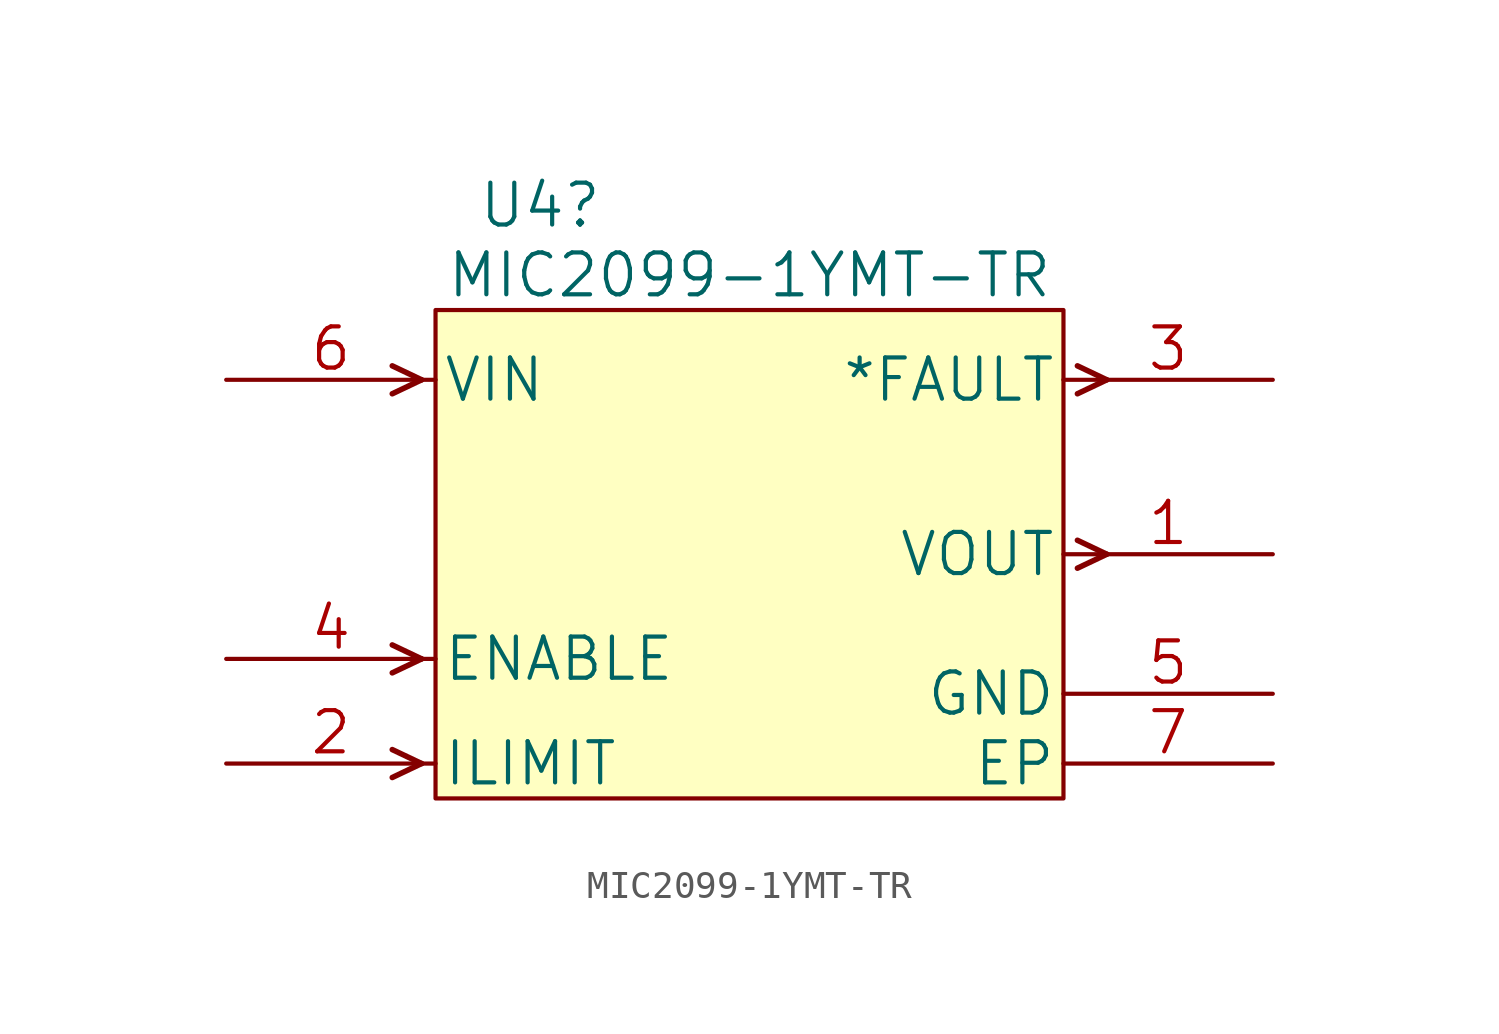
<source format=kicad_sym>
(kicad_symbol_lib
  (version 20211014)
  (generator kicad_symbol_editor)
  (symbol "MIC2099-1YMT-TR"
    (pin_names
      (offset 0.254))
    (property "Reference" "U4"
      (at -7.62 11.43 0)
      (effects (font (size 1.524 1.524))))
    (property "Value" "MIC2099-1YMT-TR"
      (at 0 8.89 0)
      (effects (font (size 1.524 1.524))))
    (property "ki_locked" ""
      (at 0 0 0)
      (effects (font (size 1.27 1.27))))
    (symbol "MIC2099-1YMT-TR_0_1"
      (rectangle (start 11.43 7.62) (end -11.43 -10.16) (stroke (width 0) (type default) (color 0 0 0 0)) (fill (type background))))
    (symbol "MIC2099-1YMT-TR_1_1"
      (polyline (pts (xy -11.938 -8.89) (xy -13.005 -9.398)) (stroke (width 0.203) (type default) (color 0 0 0 0)) (fill (type none)))
      (polyline (pts (xy -11.938 -8.89) (xy -13.005 -8.382)) (stroke (width 0.203) (type default) (color 0 0 0 0)) (fill (type none)))
      (polyline (pts (xy -11.938 -5.08) (xy -13.005 -5.588)) (stroke (width 0.203) (type default) (color 0 0 0 0)) (fill (type none)))
      (polyline (pts (xy -11.938 -5.08) (xy -13.005 -4.572)) (stroke (width 0.203) (type default) (color 0 0 0 0)) (fill (type none)))
      (polyline (pts (xy -11.938 5.08) (xy -13.005 4.572)) (stroke (width 0.203) (type default) (color 0 0 0 0)) (fill (type none)))
      (polyline (pts (xy -11.938 5.08) (xy -13.005 5.588)) (stroke (width 0.203) (type default) (color 0 0 0 0)) (fill (type none)))
      (polyline (pts (xy 11.938 -1.778) (xy 13.005 -1.27)) (stroke (width 0.203) (type default) (color 0 0 0 0)) (fill (type none)))
      (polyline (pts (xy 11.938 -0.762) (xy 13.005 -1.27)) (stroke (width 0.203) (type default) (color 0 0 0 0)) (fill (type none)))
      (polyline (pts (xy 11.938 4.572) (xy 13.005 5.08)) (stroke (width 0.203) (type default) (color 0 0 0 0)) (fill (type none)))
      (polyline (pts (xy 11.938 5.588) (xy 13.005 5.08)) (stroke (width 0.203) (type default) (color 0 0 0 0)) (fill (type none)))
      (pin output line (at 19.05 -1.27 180) (length 7.62) (name "VOUT" (effects (font (size 1.499 1.499)))) (number "1" (effects (font (size 1.499 1.499)))))
      (pin input line (at -19.05 -8.89 0) (length 7.62) (name "ILIMIT" (effects (font (size 1.499 1.499)))) (number "2" (effects (font (size 1.499 1.499)))))
      (pin output line (at 19.05 5.08 180) (length 7.62) (name "*FAULT" (effects (font (size 1.499 1.499)))) (number "3" (effects (font (size 1.499 1.499)))))
      (pin input line (at -19.05 -5.08 0) (length 7.62) (name "ENABLE" (effects (font (size 1.499 1.499)))) (number "4" (effects (font (size 1.499 1.499)))))
      (pin power_in line (at 19.05 -6.35 180) (length 7.62) (name "GND" (effects (font (size 1.499 1.499)))) (number "5" (effects (font (size 1.499 1.499)))))
      (pin input line (at -19.05 5.08 0) (length 7.62) (name "VIN" (effects (font (size 1.499 1.499)))) (number "6" (effects (font (size 1.499 1.499)))))
      (pin unspecified line (at 19.05 -8.89 180) (length 7.62) (name "EP" (effects (font (size 1.499 1.499)))) (number "7" (effects (font (size 1.499 1.499))))))))
</source>
